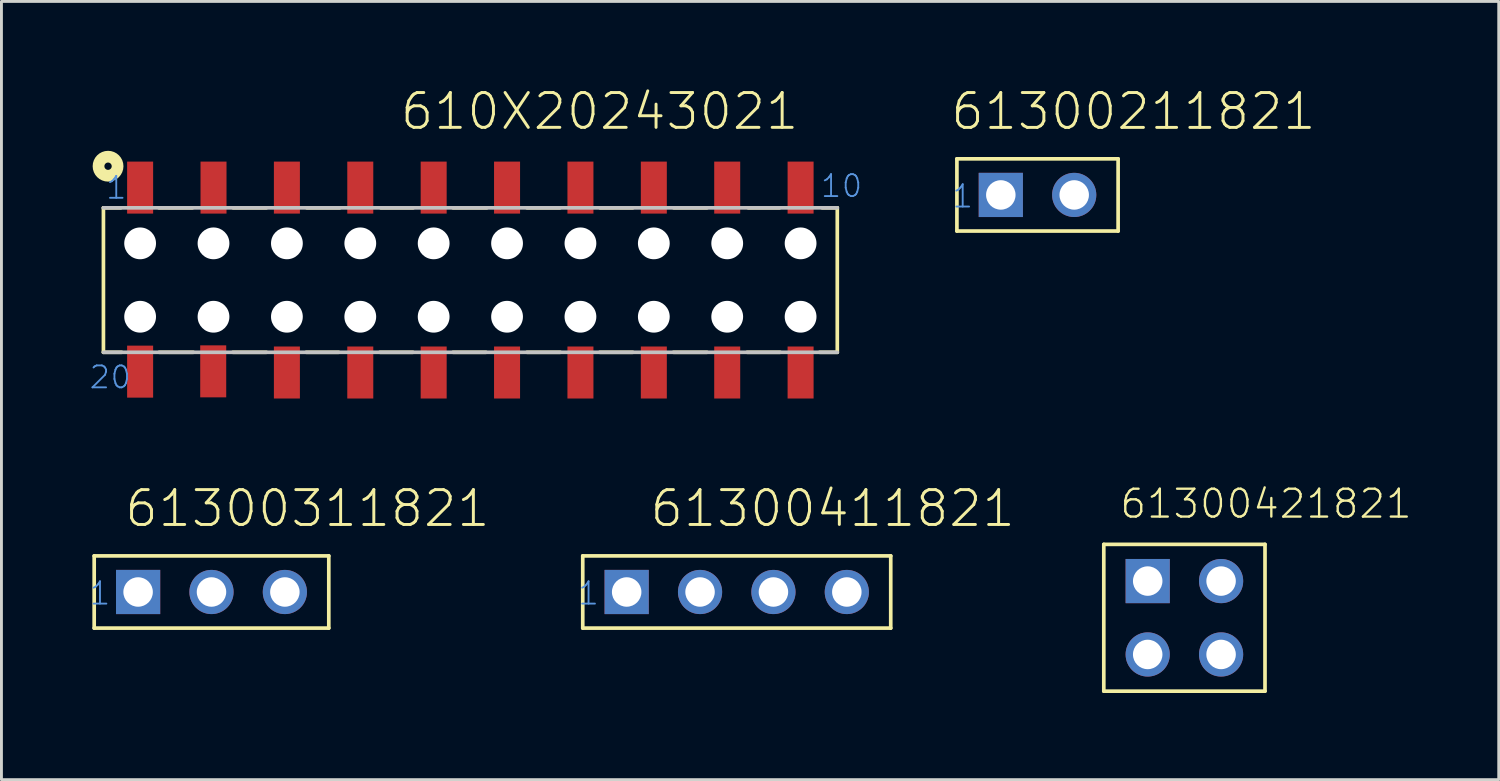
<source format=kicad_pcb>
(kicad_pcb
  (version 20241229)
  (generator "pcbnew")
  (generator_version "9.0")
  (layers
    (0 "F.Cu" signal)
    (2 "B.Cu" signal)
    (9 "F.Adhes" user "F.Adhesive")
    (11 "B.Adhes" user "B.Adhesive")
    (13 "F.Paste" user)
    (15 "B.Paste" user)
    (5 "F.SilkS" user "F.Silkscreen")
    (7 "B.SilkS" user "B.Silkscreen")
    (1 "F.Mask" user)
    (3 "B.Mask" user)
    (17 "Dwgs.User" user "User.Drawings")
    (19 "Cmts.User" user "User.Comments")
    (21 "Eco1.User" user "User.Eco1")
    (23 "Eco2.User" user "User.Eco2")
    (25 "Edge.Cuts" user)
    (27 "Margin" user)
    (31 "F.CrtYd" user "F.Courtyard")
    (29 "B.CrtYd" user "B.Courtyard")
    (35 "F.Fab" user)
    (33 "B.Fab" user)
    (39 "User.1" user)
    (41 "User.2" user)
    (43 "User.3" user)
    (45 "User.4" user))
  (footprint "61300311821"
    (layer "F.Cu")
    (at 4.27 17.44)
    (property "Reference" "61300311821" (at -3.063 -2.185 0) (layer "F.SilkS") (effects (font (size 1.206 1.206) (thickness 0.102)) (justify left bottom)))
    (attr through_hole)
    (fp_line (start -4.06 -1.25) (end -4.06 1.25) (stroke (width 0.127) (type solid)) (layer "F.SilkS"))
    (fp_line (start -4.06 1.25) (end 4.06 1.25) (stroke (width 0.127) (type solid)) (layer "F.SilkS"))
    (fp_line (start 4.06 -1.25) (end -4.06 -1.25) (stroke (width 0.127) (type solid)) (layer "F.SilkS"))
    (fp_line (start 4.06 1.25) (end 4.06 -1.25) (stroke (width 0.127) (type solid)) (layer "F.SilkS"))
    (fp_text user "1" (at -4.27 0.5 0) (layer "Cmts.User") (effects (font (size 0.772 0.772) (thickness 0.065)) (justify left bottom)))
    (pad "1" thru_hole rect (at -2.54 0) (size 1.53 1.53) (drill 1.02) (layers "*.Cu" "*.Mask"))
    (pad "2" thru_hole circle (at 0 0) (size 1.53 1.53) (drill 1.02) (layers "*.Cu" "*.Mask"))
    (pad "3" thru_hole circle (at 2.54 0) (size 1.53 1.53) (drill 1.02) (layers "*.Cu" "*.Mask")))
  (footprint "61300411821"
    (layer "F.Cu")
    (at 22.45 17.44)
    (property "Reference" "61300411821" (at -3.063 -2.185 0) (layer "F.SilkS") (effects (font (size 1.206 1.206) (thickness 0.102)) (justify left bottom)))
    (attr through_hole)
    (fp_line (start -5.33 -1.25) (end -5.33 1.25) (stroke (width 0.127) (type solid)) (layer "F.SilkS"))
    (fp_line (start -5.33 1.25) (end 5.33 1.25) (stroke (width 0.127) (type solid)) (layer "F.SilkS"))
    (fp_line (start 5.33 -1.25) (end -5.33 -1.25) (stroke (width 0.127) (type solid)) (layer "F.SilkS"))
    (fp_line (start 5.33 1.25) (end 5.33 -1.25) (stroke (width 0.127) (type solid)) (layer "F.SilkS"))
    (fp_text user "1" (at -5.54 0.5 0) (layer "Cmts.User") (effects (font (size 0.772 0.772) (thickness 0.065)) (justify left bottom)))
    (pad "1" thru_hole rect (at -3.81 0) (size 1.53 1.53) (drill 1.02) (layers "*.Cu" "*.Mask"))
    (pad "2" thru_hole circle (at -1.27 0) (size 1.53 1.53) (drill 1.02) (layers "*.Cu" "*.Mask"))
    (pad "3" thru_hole circle (at 1.27 0) (size 1.53 1.53) (drill 1.02) (layers "*.Cu" "*.Mask"))
    (pad "4" thru_hole circle (at 3.81 0) (size 1.53 1.53) (drill 1.02) (layers "*.Cu" "*.Mask")))
  (footprint "61300211821"
    (layer "F.Cu")
    (at 32.86 3.697)
    (property "Reference" "61300211821" (at -3.063 -2.185 0) (layer "F.SilkS") (effects (font (size 1.206 1.206) (thickness 0.102)) (justify left bottom)))
    (attr through_hole)
    (fp_line (start -2.79 -1.25) (end -2.79 1.25) (stroke (width 0.127) (type solid)) (layer "F.SilkS"))
    (fp_line (start -2.79 1.25) (end 2.79 1.25) (stroke (width 0.127) (type solid)) (layer "F.SilkS"))
    (fp_line (start 2.79 -1.25) (end -2.79 -1.25) (stroke (width 0.127) (type solid)) (layer "F.SilkS"))
    (fp_line (start 2.79 1.25) (end 2.79 -1.25) (stroke (width 0.127) (type solid)) (layer "F.SilkS"))
    (fp_text user "1" (at -3 0.5 0) (layer "Cmts.User") (effects (font (size 0.772 0.772) (thickness 0.065)) (justify left bottom)))
    (pad "1" thru_hole rect (at -1.27 0) (size 1.53 1.53) (drill 1.02) (layers "*.Cu" "*.Mask"))
    (pad "2" thru_hole circle (at 1.27 0) (size 1.53 1.53) (drill 1.02) (layers "*.Cu" "*.Mask")))
  (footprint "610X20243021"
    (layer "F.Cu")
    (at 13.23 6.643)
    (property "Reference" "610X20243021" (at -2.484 -5.132 0) (layer "F.SilkS") (effects (font (size 1.206 1.206) (thickness 0.102)) (justify left bottom)))
    (attr through_hole)
    (fp_line (start -12.7 -2.5) (end -12.7 2.5) (stroke (width 0.127) (type solid)) (layer "F.SilkS"))
    (fp_line (start -12.1 -2.5) (end -12.7 -2.5) (stroke (width 0.127) (type solid)) (layer "F.SilkS"))
    (fp_line (start -12.07 2.5) (end -12.7 2.5) (stroke (width 0.127) (type solid)) (layer "F.SilkS"))
    (fp_line (start -10.78 -2.5) (end -9.62 -2.5) (stroke (width 0.127) (type solid)) (layer "F.SilkS"))
    (fp_line (start -10.77 2.5) (end -9.59 2.5) (stroke (width 0.127) (type solid)) (layer "F.SilkS"))
    (fp_line (start -8.22 2.5) (end -7.06 2.5) (stroke (width 0.127) (type solid)) (layer "F.SilkS"))
    (fp_line (start -8.21 -2.5) (end -7.06 -2.5) (stroke (width 0.127) (type solid)) (layer "F.SilkS"))
    (fp_line (start -5.68 2.5) (end -4.56 2.5) (stroke (width 0.127) (type solid)) (layer "F.SilkS"))
    (fp_line (start -5.66 -2.5) (end -4.52 -2.5) (stroke (width 0.127) (type solid)) (layer "F.SilkS"))
    (fp_line (start -3.13 2.5) (end -1.99 2.5) (stroke (width 0.127) (type solid)) (layer "F.SilkS"))
    (fp_line (start -3.1 -2.5) (end -1.98 -2.5) (stroke (width 0.127) (type solid)) (layer "F.SilkS"))
    (fp_line (start -0.6 -2.5) (end 0.57 -2.5) (stroke (width 0.127) (type solid)) (layer "F.SilkS"))
    (fp_line (start -0.6 2.5) (end 0.54 2.5) (stroke (width 0.127) (type solid)) (layer "F.SilkS"))
    (fp_line (start 1.96 -2.5) (end 3.1 -2.5) (stroke (width 0.127) (type solid)) (layer "F.SilkS"))
    (fp_line (start 1.96 2.5) (end 3.11 2.5) (stroke (width 0.127) (type solid)) (layer "F.SilkS"))
    (fp_line (start 4.48 2.5) (end 5.62 2.5) (stroke (width 0.127) (type solid)) (layer "F.SilkS"))
    (fp_line (start 4.49 -2.5) (end 5.62 -2.5) (stroke (width 0.127) (type solid)) (layer "F.SilkS"))
    (fp_line (start 7.03 2.5) (end 8.19 2.5) (stroke (width 0.127) (type solid)) (layer "F.SilkS"))
    (fp_line (start 7.04 -2.5) (end 8.19 -2.5) (stroke (width 0.127) (type solid)) (layer "F.SilkS"))
    (fp_line (start 9.58 2.5) (end 10.72 2.5) (stroke (width 0.127) (type solid)) (layer "F.SilkS"))
    (fp_line (start 9.62 -2.5) (end 10.7 -2.5) (stroke (width 0.127) (type solid)) (layer "F.SilkS"))
    (fp_line (start 12.09 2.5) (end 12.7 2.5) (stroke (width 0.127) (type solid)) (layer "F.SilkS"))
    (fp_line (start 12.18 -2.5) (end 12.7 -2.5) (stroke (width 0.127) (type solid)) (layer "F.SilkS"))
    (fp_line (start 12.7 2.5) (end 12.7 -2.5) (stroke (width 0.127) (type solid)) (layer "F.SilkS"))
    (fp_circle (center -12.54 -3.94) (end -12.413 -3.94) (stroke (width 0.406) (type solid)) (fill no) (layer "F.SilkS"))
    (fp_line (start -12.7 -2.5) (end 12.7 -2.5) (stroke (width 0.127) (type solid)) (layer "Dwgs.User"))
    (fp_line (start -12.7 2.5) (end 12.7 2.5) (stroke (width 0.127) (type solid)) (layer "Dwgs.User"))
    (fp_text user "1" (at -12.66 -2.75 0) (layer "Cmts.User") (effects (font (size 0.76 0.76) (thickness 0.064)) (justify left bottom)))
    (fp_text user "10" (at 12.08 -2.81 0) (layer "Cmts.User") (effects (font (size 0.76 0.76) (thickness 0.064)) (justify left bottom)))
    (fp_text user "20" (at -13.23 3.81 0) (layer "Cmts.User") (effects (font (size 0.76 0.76) (thickness 0.064)) (justify left bottom)))
    (pad "" np_thru_hole circle (at -11.43 -1.27) (size 1.1 1.1) (drill 1.1) (layers "*.Cu"))
    (pad "" np_thru_hole circle (at -11.43 1.27) (size 1.1 1.1) (drill 1.1) (layers "*.Cu"))
    (pad "" np_thru_hole circle (at -8.89 -1.27) (size 1.1 1.1) (drill 1.1) (layers "*.Cu"))
    (pad "" np_thru_hole circle (at -8.89 1.27) (size 1.1 1.1) (drill 1.1) (layers "*.Cu"))
    (pad "" np_thru_hole circle (at -6.35 -1.27) (size 1.1 1.1) (drill 1.1) (layers "*.Cu"))
    (pad "" np_thru_hole circle (at -6.35 1.27) (size 1.1 1.1) (drill 1.1) (layers "*.Cu"))
    (pad "" np_thru_hole circle (at -3.81 -1.27) (size 1.1 1.1) (drill 1.1) (layers "*.Cu"))
    (pad "" np_thru_hole circle (at -3.81 1.27) (size 1.1 1.1) (drill 1.1) (layers "*.Cu"))
    (pad "" np_thru_hole circle (at -1.27 -1.27) (size 1.1 1.1) (drill 1.1) (layers "*.Cu"))
    (pad "" np_thru_hole circle (at -1.27 1.27) (size 1.1 1.1) (drill 1.1) (layers "*.Cu"))
    (pad "" np_thru_hole circle (at 1.27 -1.27) (size 1.1 1.1) (drill 1.1) (layers "*.Cu"))
    (pad "" np_thru_hole circle (at 1.27 1.27) (size 1.1 1.1) (drill 1.1) (layers "*.Cu"))
    (pad "" np_thru_hole circle (at 3.81 -1.27) (size 1.1 1.1) (drill 1.1) (layers "*.Cu"))
    (pad "" np_thru_hole circle (at 3.81 1.27) (size 1.1 1.1) (drill 1.1) (layers "*.Cu"))
    (pad "" np_thru_hole circle (at 6.35 -1.27) (size 1.1 1.1) (drill 1.1) (layers "*.Cu"))
    (pad "" np_thru_hole circle (at 6.35 1.27) (size 1.1 1.1) (drill 1.1) (layers "*.Cu"))
    (pad "" np_thru_hole circle (at 8.89 -1.27) (size 1.1 1.1) (drill 1.1) (layers "*.Cu"))
    (pad "" np_thru_hole circle (at 8.89 1.27) (size 1.1 1.1) (drill 1.1) (layers "*.Cu"))
    (pad "" np_thru_hole circle (at 11.43 -1.27) (size 1.1 1.1) (drill 1.1) (layers "*.Cu"))
    (pad "" np_thru_hole circle (at 11.43 1.27) (size 1.1 1.1) (drill 1.1) (layers "*.Cu"))
    (pad "1" smd rect (at -11.43 -3.2 90) (size 1.8 0.9) (layers "F.Cu" "F.Mask" "F.Paste"))
    (pad "2" smd rect (at -8.89 -3.2 90) (size 1.8 0.9) (layers "F.Cu" "F.Mask" "F.Paste"))
    (pad "3" smd rect (at -6.35 -3.2 90) (size 1.8 0.9) (layers "F.Cu" "F.Mask" "F.Paste"))
    (pad "4" smd rect (at -3.81 -3.2 90) (size 1.8 0.9) (layers "F.Cu" "F.Mask" "F.Paste"))
    (pad "5" smd rect (at -1.27 -3.2 90) (size 1.8 0.9) (layers "F.Cu" "F.Mask" "F.Paste"))
    (pad "6" smd rect (at 1.27 -3.2 90) (size 1.8 0.9) (layers "F.Cu" "F.Mask" "F.Paste"))
    (pad "7" smd rect (at 3.81 -3.2 90) (size 1.8 0.9) (layers "F.Cu" "F.Mask" "F.Paste"))
    (pad "8" smd rect (at 6.35 -3.2 90) (size 1.8 0.9) (layers "F.Cu" "F.Mask" "F.Paste"))
    (pad "9" smd rect (at 8.89 -3.2 90) (size 1.8 0.9) (layers "F.Cu" "F.Mask" "F.Paste"))
    (pad "10" smd rect (at 11.43 -3.2 90) (size 1.8 0.9) (layers "F.Cu" "F.Mask" "F.Paste"))
    (pad "11" smd rect (at 11.43 3.2 90) (size 1.8 0.9) (layers "F.Cu" "F.Mask" "F.Paste"))
    (pad "12" smd rect (at 8.89 3.2 90) (size 1.8 0.9) (layers "F.Cu" "F.Mask" "F.Paste"))
    (pad "13" smd rect (at 6.35 3.2 90) (size 1.8 0.9) (layers "F.Cu" "F.Mask" "F.Paste"))
    (pad "14" smd rect (at 3.81 3.2 90) (size 1.8 0.9) (layers "F.Cu" "F.Mask" "F.Paste"))
    (pad "15" smd rect (at 1.27 3.2 90) (size 1.8 0.9) (layers "F.Cu" "F.Mask" "F.Paste"))
    (pad "16" smd rect (at -1.27 3.2 90) (size 1.8 0.9) (layers "F.Cu" "F.Mask" "F.Paste"))
    (pad "17" smd rect (at -3.81 3.2 90) (size 1.8 0.9) (layers "F.Cu" "F.Mask" "F.Paste"))
    (pad "18" smd rect (at -6.35 3.2 90) (size 1.8 0.9) (layers "F.Cu" "F.Mask" "F.Paste"))
    (pad "19" smd rect (at -8.9 3.16 90) (size 1.8 0.9) (layers "F.Cu" "F.Mask" "F.Paste"))
    (pad "20" smd rect (at -11.43 3.17 90) (size 1.8 0.9) (layers "F.Cu" "F.Mask" "F.Paste")))
  (footprint "61300421821"
    (layer "F.Cu")
    (at 37.944 18.332)
    (property "Reference" "61300421821" (at -2.283 -3.38 0) (layer "F.SilkS") (effects (font (size 0.965 0.965) (thickness 0.081)) (justify left bottom)))
    (attr through_hole)
    (fp_line (start -2.79 -2.54) (end -2.79 2.54) (stroke (width 0.127) (type solid)) (layer "F.SilkS"))
    (fp_line (start -2.79 2.54) (end 2.79 2.54) (stroke (width 0.127) (type solid)) (layer "F.SilkS"))
    (fp_line (start 2.79 -2.54) (end -2.79 -2.54) (stroke (width 0.127) (type solid)) (layer "F.SilkS"))
    (fp_line (start 2.79 2.54) (end 2.79 -2.54) (stroke (width 0.127) (type solid)) (layer "F.SilkS"))
    (fp_text user "1" (at -1.5 -1 0) (layer "Cmts.User") (effects (font (size 0.579 0.579) (thickness 0.049)) (justify left bottom)))
    (pad "1" thru_hole rect (at -1.27 -1.27) (size 1.53 1.53) (drill 1.02) (layers "*.Cu" "*.Mask"))
    (pad "2" thru_hole circle (at 1.27 -1.27) (size 1.53 1.53) (drill 1.02) (layers "*.Cu" "*.Mask"))
    (pad "3" thru_hole circle (at -1.27 1.27) (size 1.53 1.53) (drill 1.02) (layers "*.Cu" "*.Mask"))
    (pad "4" thru_hole circle (at 1.27 1.27) (size 1.53 1.53) (drill 1.02) (layers "*.Cu" "*.Mask")))
  (gr_rect
    (start -3 -3)
    (end 48.824 23.935)
    (stroke (width 0.1) (type default))
    (fill no)
    (layer "Edge.Cuts")))
</source>
